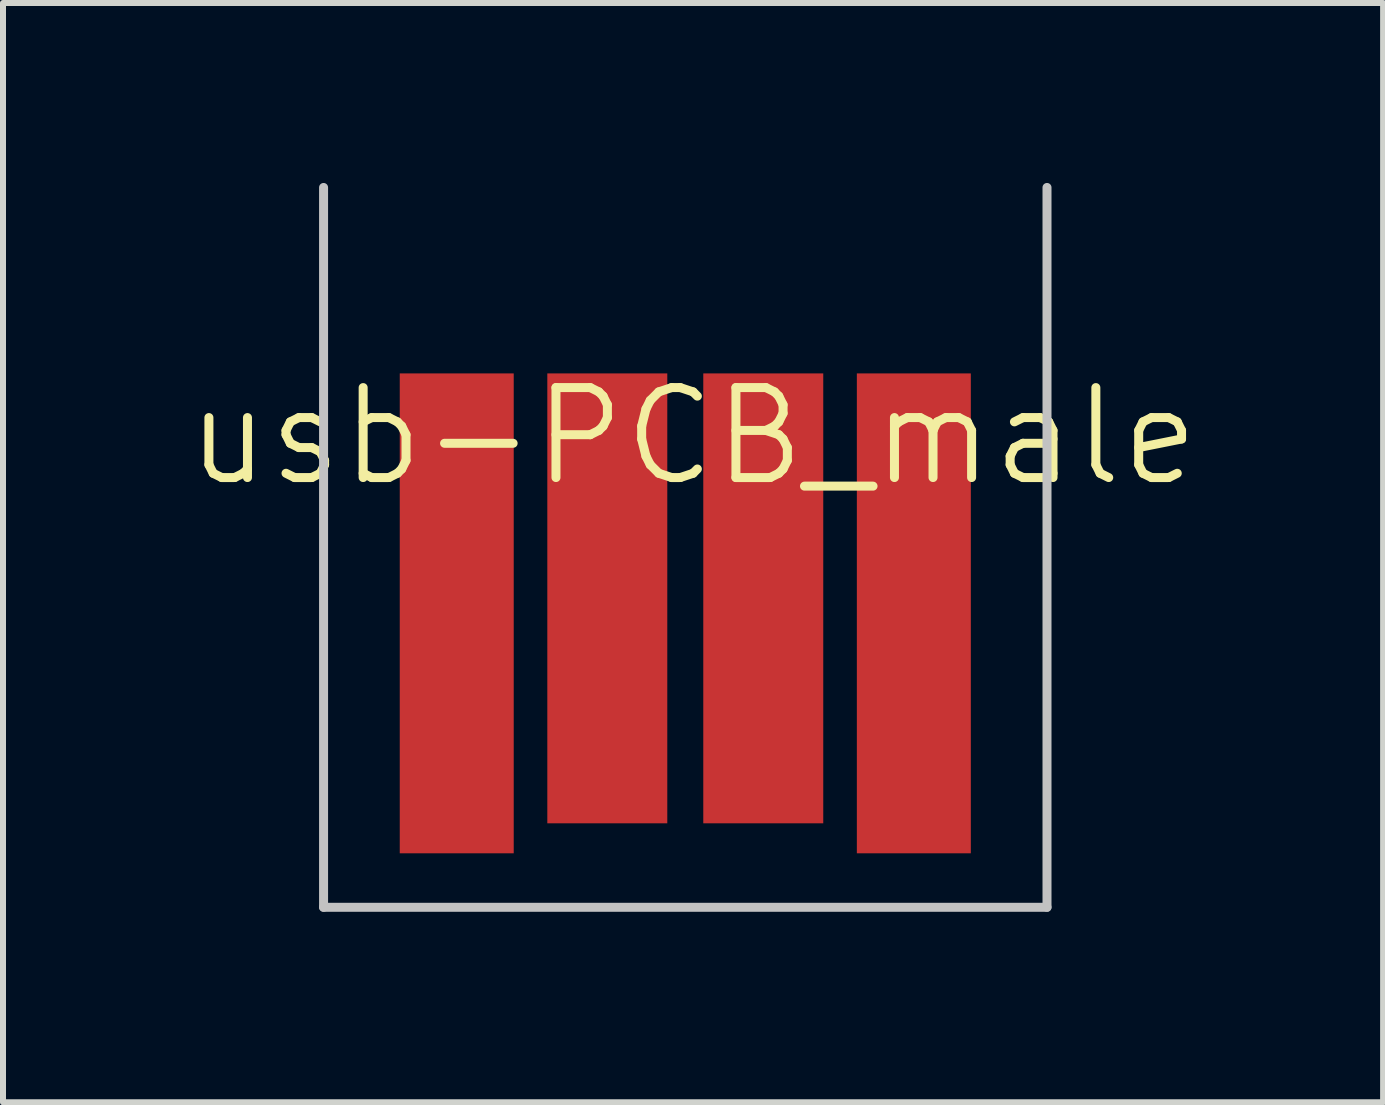
<source format=kicad_pcb>
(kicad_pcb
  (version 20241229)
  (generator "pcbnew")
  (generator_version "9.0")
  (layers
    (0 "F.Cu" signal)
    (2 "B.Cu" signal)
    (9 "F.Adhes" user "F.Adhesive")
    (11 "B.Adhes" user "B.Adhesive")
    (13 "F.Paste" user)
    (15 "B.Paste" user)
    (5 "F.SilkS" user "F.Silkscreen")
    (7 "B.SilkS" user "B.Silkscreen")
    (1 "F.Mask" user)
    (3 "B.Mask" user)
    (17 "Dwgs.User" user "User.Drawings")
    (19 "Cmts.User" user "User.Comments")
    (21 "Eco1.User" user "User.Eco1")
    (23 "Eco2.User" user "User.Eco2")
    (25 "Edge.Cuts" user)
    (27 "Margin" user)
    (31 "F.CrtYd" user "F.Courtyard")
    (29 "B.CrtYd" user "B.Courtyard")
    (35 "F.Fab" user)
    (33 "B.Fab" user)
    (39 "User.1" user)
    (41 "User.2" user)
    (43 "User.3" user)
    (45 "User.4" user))
  (footprint "usb-PCB_male"
    (layer "F.Cu")
    (at 8.374 12.075)
    (property "Reference" "usb-PCB_male" (at 0.13 -7.85 0) (layer "F.SilkS") (effects (font (size 1.5 1.5) (thickness 0.15))))
    (attr exclude_from_pos_files exclude_from_bom)
    (fp_line (start -6.03 0) (end -6.03 -12) (stroke (width 0.15) (type solid)) (layer "Dwgs.User"))
    (fp_line (start 6.03 0) (end -6.03 0) (stroke (width 0.15) (type solid)) (layer "Dwgs.User"))
    (fp_line (start 6.03 0) (end 6.03 -12) (stroke (width 0.15) (type solid)) (layer "Dwgs.User"))
    (pad "1" connect rect (at 3.81 -4.9) (size 1.9 8) (layers "F.Cu" "F.Mask"))
    (pad "2" connect rect (at 1.3 -5.15) (size 2 7.5) (layers "F.Cu" "F.Mask"))
    (pad "3" connect rect (at -1.3 -5.15) (size 2 7.5) (layers "F.Cu" "F.Mask"))
    (pad "4" connect rect (at -3.81 -4.9) (size 1.9 8) (layers "F.Cu" "F.Mask")))
  (gr_rect
    (start -3 -3)
    (end 20.007 15.325)
    (stroke (width 0.1) (type default))
    (fill no)
    (layer "Edge.Cuts")))
</source>
